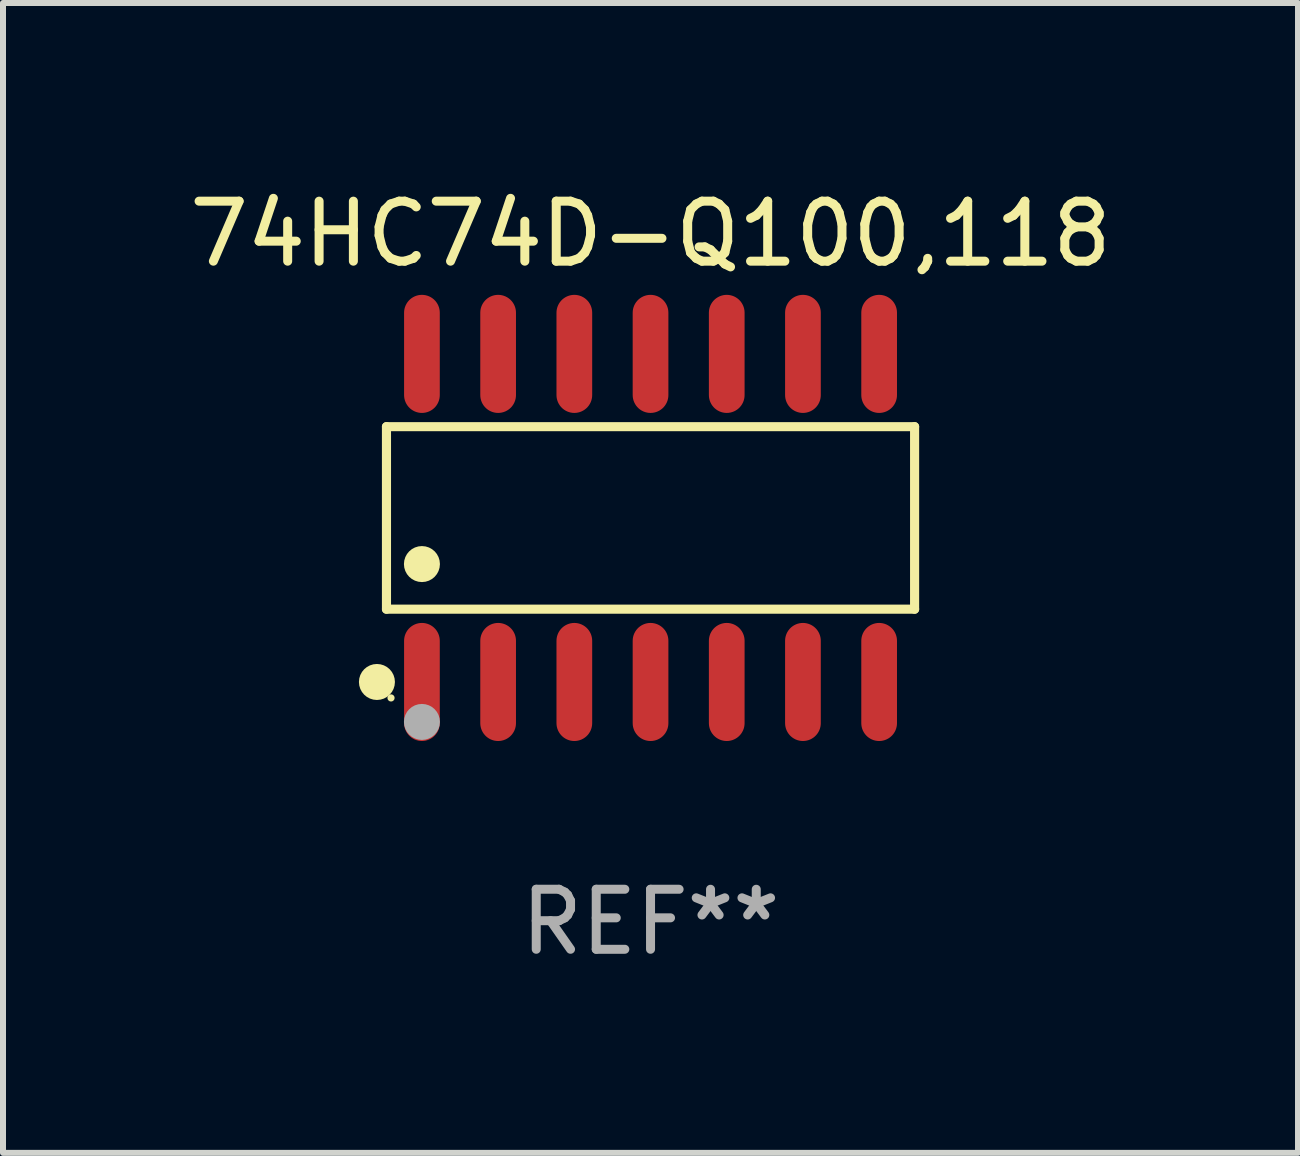
<source format=kicad_pcb>
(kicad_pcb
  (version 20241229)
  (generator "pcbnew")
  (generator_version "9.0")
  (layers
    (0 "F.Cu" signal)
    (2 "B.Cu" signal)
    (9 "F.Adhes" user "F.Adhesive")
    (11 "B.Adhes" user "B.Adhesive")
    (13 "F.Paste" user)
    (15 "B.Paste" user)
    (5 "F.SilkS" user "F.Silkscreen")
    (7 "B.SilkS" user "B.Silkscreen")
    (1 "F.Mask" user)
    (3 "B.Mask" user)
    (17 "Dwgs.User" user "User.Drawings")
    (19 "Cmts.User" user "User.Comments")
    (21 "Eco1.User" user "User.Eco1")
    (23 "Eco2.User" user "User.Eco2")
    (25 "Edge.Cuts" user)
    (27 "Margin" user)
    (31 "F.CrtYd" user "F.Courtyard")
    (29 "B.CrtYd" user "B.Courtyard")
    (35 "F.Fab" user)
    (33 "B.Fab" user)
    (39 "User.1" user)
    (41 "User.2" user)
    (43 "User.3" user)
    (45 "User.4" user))
  (footprint "74HC74D-Q100,118"
    (layer "F.Cu")
    (at 7.792 5.582)
    (property "Reference" "74HC74D-Q100,118" (at 0 -4.734 0) (layer "F.SilkS") (effects (font (size 1 1) (thickness 0.15))))
    (attr through_hole)
    (fp_line (start -4.401 -1.521) (end 4.401 -1.521) (stroke (width 0.152) (type solid)) (layer "F.SilkS"))
    (fp_line (start -4.401 1.521) (end -4.401 -1.521) (stroke (width 0.152) (type solid)) (layer "F.SilkS"))
    (fp_line (start 4.401 -1.521) (end 4.401 1.521) (stroke (width 0.152) (type solid)) (layer "F.SilkS"))
    (fp_line (start 4.401 1.521) (end -4.401 1.521) (stroke (width 0.152) (type solid)) (layer "F.SilkS"))
    (fp_circle (center -4.56 2.734) (end -4.41 2.734) (stroke (width 0.3) (type solid)) (fill no) (layer "F.SilkS"))
    (fp_circle (center -4.325 3) (end -4.295 3) (stroke (width 0.06) (type solid)) (fill no) (layer "F.SilkS"))
    (fp_circle (center -3.81 0.769) (end -3.66 0.769) (stroke (width 0.3) (type solid)) (fill no) (layer "F.SilkS"))
    (fp_circle (center -3.81 3.4) (end -3.66 3.4) (stroke (width 0.3) (type solid)) (fill no) (layer "F.Fab"))
    (fp_text user "REF**" (at 0 6.734 0) (layer "F.Fab") (effects (font (size 1 1) (thickness 0.15))))
    (pad "1" smd oval (at -3.81 2.734) (size 0.595 1.968) (layers "F.Cu" "F.Mask" "F.Paste"))
    (pad "2" smd oval (at -2.54 2.734) (size 0.595 1.968) (layers "F.Cu" "F.Mask" "F.Paste"))
    (pad "3" smd oval (at -1.27 2.734) (size 0.595 1.968) (layers "F.Cu" "F.Mask" "F.Paste"))
    (pad "4" smd oval (at 0 2.734) (size 0.595 1.968) (layers "F.Cu" "F.Mask" "F.Paste"))
    (pad "5" smd oval (at 1.27 2.734) (size 0.595 1.968) (layers "F.Cu" "F.Mask" "F.Paste"))
    (pad "6" smd oval (at 2.54 2.734) (size 0.595 1.968) (layers "F.Cu" "F.Mask" "F.Paste"))
    (pad "7" smd oval (at 3.81 2.734) (size 0.595 1.968) (layers "F.Cu" "F.Mask" "F.Paste"))
    (pad "8" smd oval (at 3.81 -2.734) (size 0.595 1.968) (layers "F.Cu" "F.Mask" "F.Paste"))
    (pad "9" smd oval (at 2.54 -2.734) (size 0.595 1.968) (layers "F.Cu" "F.Mask" "F.Paste"))
    (pad "10" smd oval (at 1.27 -2.734) (size 0.595 1.968) (layers "F.Cu" "F.Mask" "F.Paste"))
    (pad "11" smd oval (at 0 -2.734) (size 0.595 1.968) (layers "F.Cu" "F.Mask" "F.Paste"))
    (pad "12" smd oval (at -1.27 -2.734) (size 0.595 1.968) (layers "F.Cu" "F.Mask" "F.Paste"))
    (pad "13" smd oval (at -2.54 -2.734) (size 0.595 1.968) (layers "F.Cu" "F.Mask" "F.Paste"))
    (pad "14" smd oval (at -3.81 -2.734) (size 0.595 1.968) (layers "F.Cu" "F.Mask" "F.Paste")))
  (gr_rect
    (start -3 -3)
    (end 18.583 16.164)
    (stroke (width 0.1) (type default))
    (fill no)
    (layer "Edge.Cuts")))
</source>
